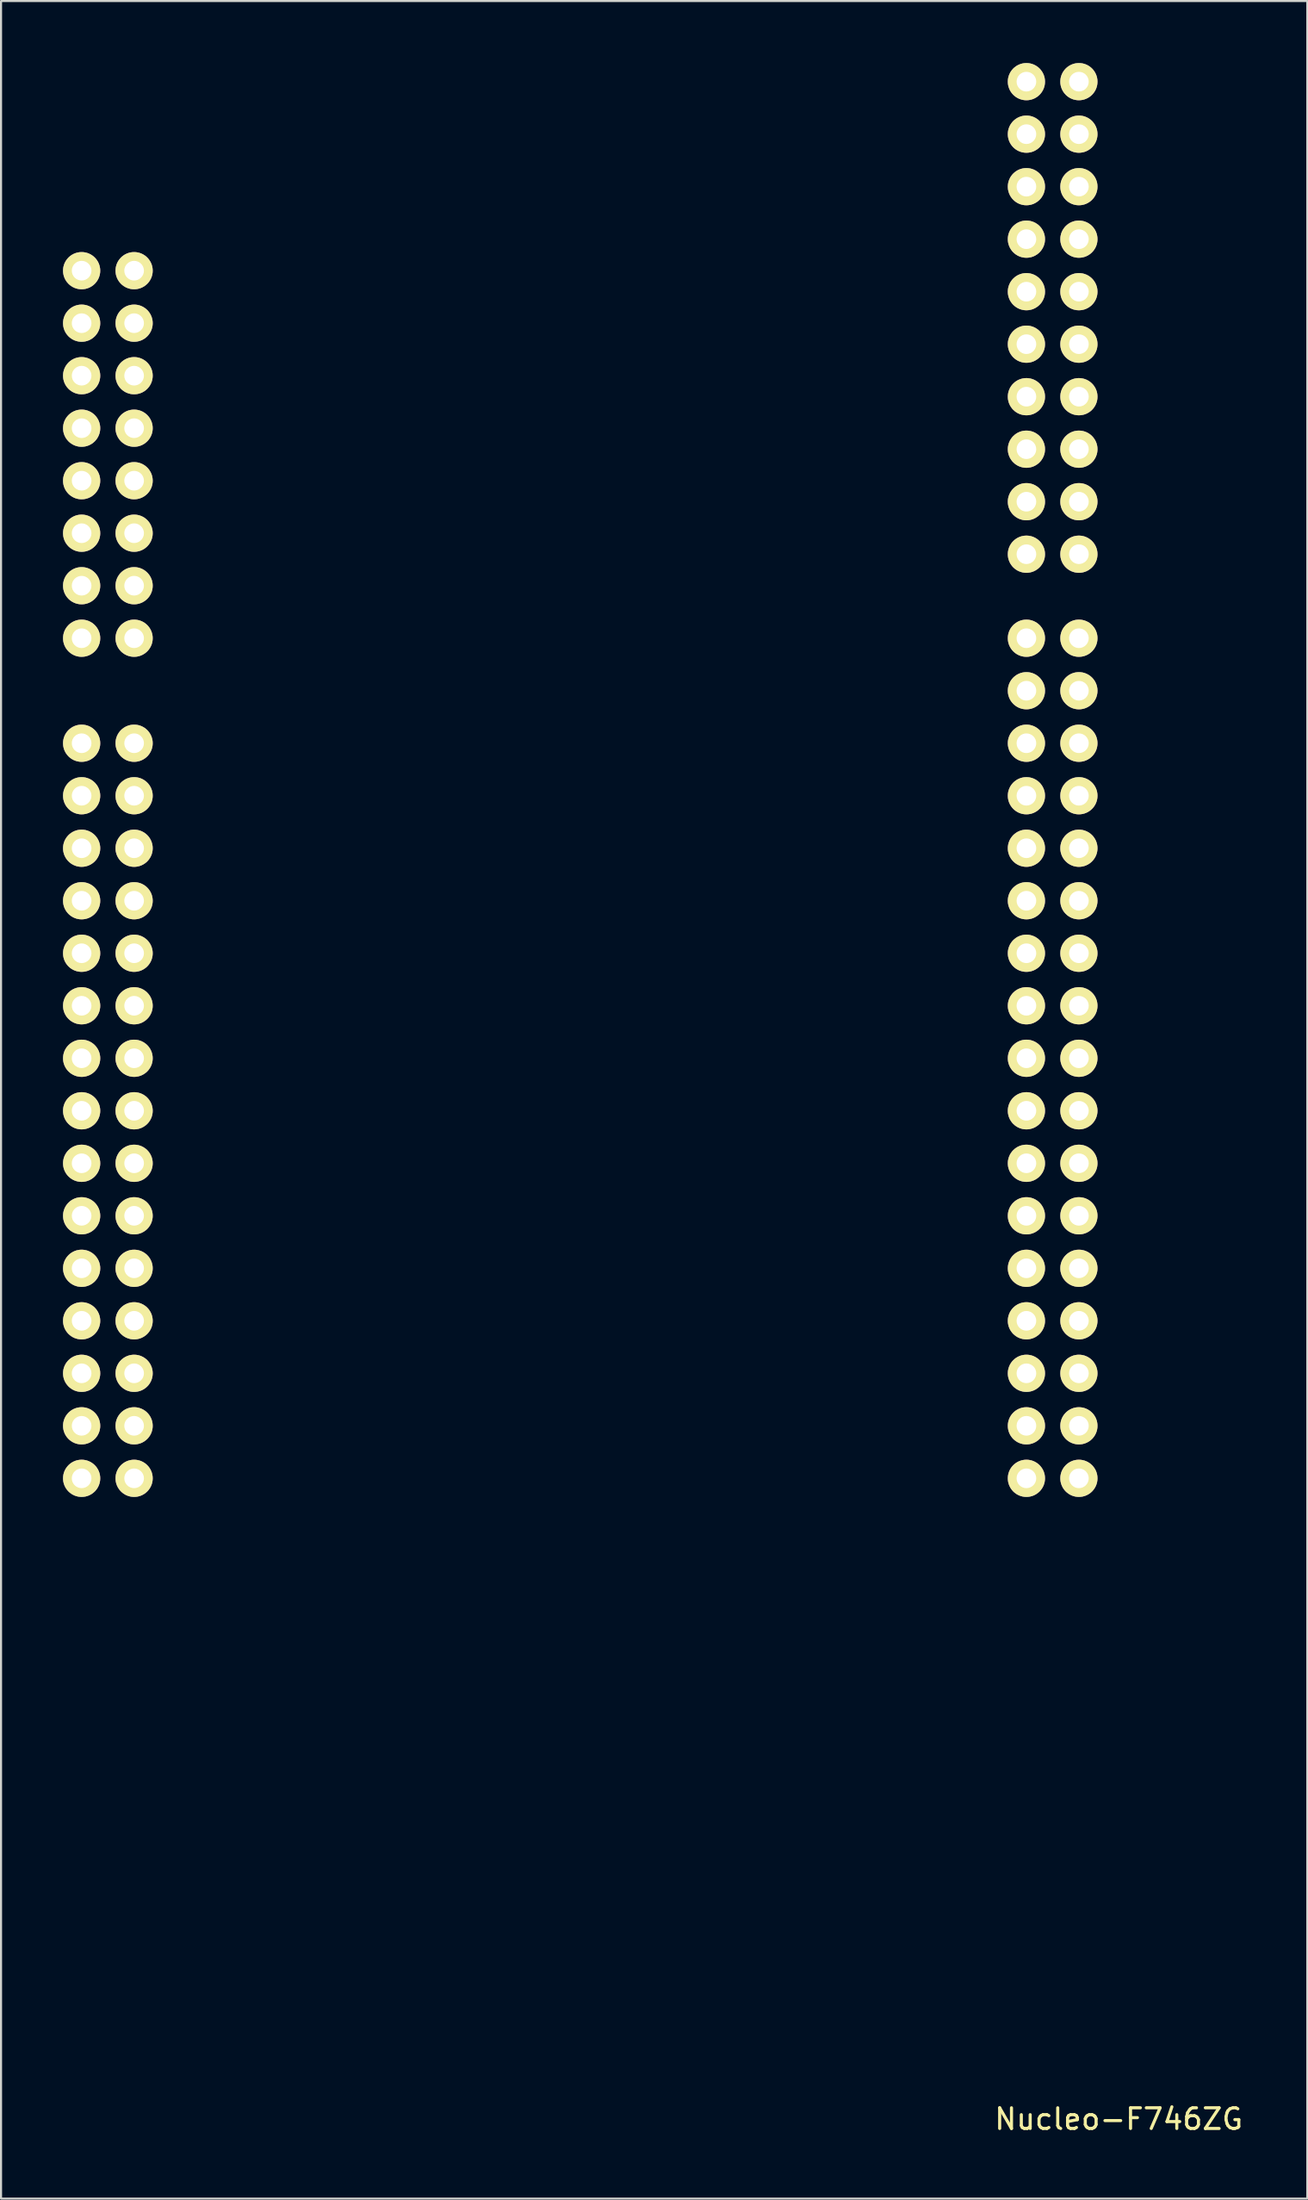
<source format=kicad_pcb>
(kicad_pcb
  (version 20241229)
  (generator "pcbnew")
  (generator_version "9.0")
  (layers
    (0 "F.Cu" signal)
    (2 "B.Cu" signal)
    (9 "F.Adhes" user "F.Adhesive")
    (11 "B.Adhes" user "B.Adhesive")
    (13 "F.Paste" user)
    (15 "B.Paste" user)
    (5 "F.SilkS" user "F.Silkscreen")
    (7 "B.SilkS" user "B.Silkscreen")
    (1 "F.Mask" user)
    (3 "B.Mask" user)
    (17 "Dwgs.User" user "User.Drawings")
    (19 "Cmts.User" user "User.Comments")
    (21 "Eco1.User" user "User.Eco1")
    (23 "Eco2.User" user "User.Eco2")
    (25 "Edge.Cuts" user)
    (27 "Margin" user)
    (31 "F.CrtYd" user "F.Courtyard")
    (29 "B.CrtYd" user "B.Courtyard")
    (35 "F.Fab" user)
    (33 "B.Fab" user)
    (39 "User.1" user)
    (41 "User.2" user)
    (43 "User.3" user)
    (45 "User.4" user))
  (footprint "Nucleo-F746ZG"
    (layer "F.Cu")
    (at 0.9 45.604)
    (property "Reference" "Nucleo-F746ZG" (at 50.188 53.856 0) (layer "F.SilkS") (effects (font (size 1 1) (thickness 0.15))))
    (attr through_hole)
    (pad "A1" thru_hole circle (at 0 -35.56) (size 1.8 1.8) (drill 0.95) (layers "*.Cu" "*.Mask" "F.SilkS"))
    (pad "A2" thru_hole circle (at 2.54 -35.56) (size 1.8 1.8) (drill 0.95) (layers "*.Cu" "*.Mask" "F.SilkS"))
    (pad "A3" thru_hole circle (at 0 -33.02) (size 1.8 1.8) (drill 0.95) (layers "*.Cu" "*.Mask" "F.SilkS"))
    (pad "A4" thru_hole circle (at 2.54 -33.02) (size 1.8 1.8) (drill 0.95) (layers "*.Cu" "*.Mask" "F.SilkS"))
    (pad "A5" thru_hole circle (at 0 -30.48) (size 1.8 1.8) (drill 0.95) (layers "*.Cu" "*.Mask" "F.SilkS"))
    (pad "A6" thru_hole circle (at 2.54 -30.48) (size 1.8 1.8) (drill 0.95) (layers "*.Cu" "*.Mask" "F.SilkS"))
    (pad "A7" thru_hole circle (at 0 -27.94) (size 1.8 1.8) (drill 0.95) (layers "*.Cu" "*.Mask" "F.SilkS"))
    (pad "A8" thru_hole circle (at 2.54 -27.94) (size 1.8 1.8) (drill 0.95) (layers "*.Cu" "*.Mask" "F.SilkS"))
    (pad "A9" thru_hole circle (at 0 -25.4) (size 1.8 1.8) (drill 0.95) (layers "*.Cu" "*.Mask" "F.SilkS"))
    (pad "A10" thru_hole circle (at 2.54 -25.4) (size 1.8 1.8) (drill 0.95) (layers "*.Cu" "*.Mask" "F.SilkS"))
    (pad "A11" thru_hole circle (at 0 -22.86) (size 1.8 1.8) (drill 0.95) (layers "*.Cu" "*.Mask" "F.SilkS"))
    (pad "A12" thru_hole circle (at 2.54 -22.86) (size 1.8 1.8) (drill 0.95) (layers "*.Cu" "*.Mask" "F.SilkS"))
    (pad "A13" thru_hole circle (at 0 -20.32) (size 1.8 1.8) (drill 0.95) (layers "*.Cu" "*.Mask" "F.SilkS"))
    (pad "A14" thru_hole circle (at 2.54 -20.32) (size 1.8 1.8) (drill 0.95) (layers "*.Cu" "*.Mask" "F.SilkS"))
    (pad "A15" thru_hole circle (at 0 -17.78) (size 1.8 1.8) (drill 0.95) (layers "*.Cu" "*.Mask" "F.SilkS"))
    (pad "A16" thru_hole circle (at 2.54 -17.78) (size 1.8 1.8) (drill 0.95) (layers "*.Cu" "*.Mask" "F.SilkS"))
    (pad "B1" thru_hole circle (at 45.72 -44.704) (size 1.8 1.8) (drill 0.95) (layers "*.Cu" "*.Mask" "F.SilkS"))
    (pad "B2" thru_hole circle (at 48.26 -44.704) (size 1.8 1.8) (drill 0.95) (layers "*.Cu" "*.Mask" "F.SilkS"))
    (pad "B3" thru_hole circle (at 45.72 -42.164) (size 1.8 1.8) (drill 0.95) (layers "*.Cu" "*.Mask" "F.SilkS"))
    (pad "B4" thru_hole circle (at 48.26 -42.164) (size 1.8 1.8) (drill 0.95) (layers "*.Cu" "*.Mask" "F.SilkS"))
    (pad "B5" thru_hole circle (at 45.72 -39.624) (size 1.8 1.8) (drill 0.95) (layers "*.Cu" "*.Mask" "F.SilkS"))
    (pad "B6" thru_hole circle (at 48.26 -39.624) (size 1.8 1.8) (drill 0.95) (layers "*.Cu" "*.Mask" "F.SilkS"))
    (pad "B7" thru_hole circle (at 45.72 -37.084) (size 1.8 1.8) (drill 0.95) (layers "*.Cu" "*.Mask" "F.SilkS"))
    (pad "B8" thru_hole circle (at 48.26 -37.084) (size 1.8 1.8) (drill 0.95) (layers "*.Cu" "*.Mask" "F.SilkS"))
    (pad "B9" thru_hole circle (at 45.72 -34.544) (size 1.8 1.8) (drill 0.95) (layers "*.Cu" "*.Mask" "F.SilkS"))
    (pad "B10" thru_hole circle (at 48.26 -34.544) (size 1.8 1.8) (drill 0.95) (layers "*.Cu" "*.Mask" "F.SilkS"))
    (pad "B11" thru_hole circle (at 45.72 -32.004) (size 1.8 1.8) (drill 0.95) (layers "*.Cu" "*.Mask" "F.SilkS"))
    (pad "B12" thru_hole circle (at 48.26 -32.004) (size 1.8 1.8) (drill 0.95) (layers "*.Cu" "*.Mask" "F.SilkS"))
    (pad "B13" thru_hole circle (at 45.72 -29.464) (size 1.8 1.8) (drill 0.95) (layers "*.Cu" "*.Mask" "F.SilkS"))
    (pad "B14" thru_hole circle (at 48.26 -29.464) (size 1.8 1.8) (drill 0.95) (layers "*.Cu" "*.Mask" "F.SilkS"))
    (pad "B15" thru_hole circle (at 45.72 -26.924) (size 1.8 1.8) (drill 0.95) (layers "*.Cu" "*.Mask" "F.SilkS"))
    (pad "B16" thru_hole circle (at 48.26 -26.924) (size 1.8 1.8) (drill 0.95) (layers "*.Cu" "*.Mask" "F.SilkS"))
    (pad "B17" thru_hole circle (at 45.72 -24.384) (size 1.8 1.8) (drill 0.95) (layers "*.Cu" "*.Mask" "F.SilkS"))
    (pad "B18" thru_hole circle (at 48.26 -24.384) (size 1.8 1.8) (drill 0.95) (layers "*.Cu" "*.Mask" "F.SilkS"))
    (pad "B19" thru_hole circle (at 45.72 -21.844) (size 1.8 1.8) (drill 0.95) (layers "*.Cu" "*.Mask" "F.SilkS"))
    (pad "B20" thru_hole circle (at 48.26 -21.844) (size 1.8 1.8) (drill 0.95) (layers "*.Cu" "*.Mask" "F.SilkS"))
    (pad "C1" thru_hole circle (at 0 -12.7) (size 1.8 1.8) (drill 0.95) (layers "*.Cu" "*.Mask" "F.SilkS"))
    (pad "C2" thru_hole circle (at 2.54 -12.7) (size 1.8 1.8) (drill 0.95) (layers "*.Cu" "*.Mask" "F.SilkS"))
    (pad "C3" thru_hole circle (at 0 -10.16) (size 1.8 1.8) (drill 0.95) (layers "*.Cu" "*.Mask" "F.SilkS"))
    (pad "C4" thru_hole circle (at 2.54 -10.16) (size 1.8 1.8) (drill 0.95) (layers "*.Cu" "*.Mask" "F.SilkS"))
    (pad "C5" thru_hole circle (at 0 -7.62) (size 1.8 1.8) (drill 0.95) (layers "*.Cu" "*.Mask" "F.SilkS"))
    (pad "C6" thru_hole circle (at 2.54 -7.62) (size 1.8 1.8) (drill 0.95) (layers "*.Cu" "*.Mask" "F.SilkS"))
    (pad "C7" thru_hole circle (at 0 -5.08) (size 1.8 1.8) (drill 0.95) (layers "*.Cu" "*.Mask" "F.SilkS"))
    (pad "C8" thru_hole circle (at 2.54 -5.08) (size 1.8 1.8) (drill 0.95) (layers "*.Cu" "*.Mask" "F.SilkS"))
    (pad "C9" thru_hole circle (at 0 -2.54) (size 1.8 1.8) (drill 0.95) (layers "*.Cu" "*.Mask" "F.SilkS"))
    (pad "C10" thru_hole circle (at 2.54 -2.54) (size 1.8 1.8) (drill 0.95) (layers "*.Cu" "*.Mask" "F.SilkS"))
    (pad "C11" thru_hole circle (at 0 0) (size 1.8 1.8) (drill 0.95) (layers "*.Cu" "*.Mask" "F.SilkS"))
    (pad "C12" thru_hole circle (at 2.54 0) (size 1.8 1.8) (drill 0.95) (layers "*.Cu" "*.Mask" "F.SilkS"))
    (pad "C13" thru_hole circle (at 0 2.54) (size 1.8 1.8) (drill 0.95) (layers "*.Cu" "*.Mask" "F.SilkS"))
    (pad "C14" thru_hole circle (at 2.54 2.54) (size 1.8 1.8) (drill 0.95) (layers "*.Cu" "*.Mask" "F.SilkS"))
    (pad "C15" thru_hole circle (at 0 5.08) (size 1.8 1.8) (drill 0.95) (layers "*.Cu" "*.Mask" "F.SilkS"))
    (pad "C16" thru_hole circle (at 2.54 5.08) (size 1.8 1.8) (drill 0.95) (layers "*.Cu" "*.Mask" "F.SilkS"))
    (pad "C17" thru_hole circle (at 0 7.62) (size 1.8 1.8) (drill 0.95) (layers "*.Cu" "*.Mask" "F.SilkS"))
    (pad "C18" thru_hole circle (at 2.54 7.62) (size 1.8 1.8) (drill 0.95) (layers "*.Cu" "*.Mask" "F.SilkS"))
    (pad "C19" thru_hole circle (at 0 10.16) (size 1.8 1.8) (drill 0.95) (layers "*.Cu" "*.Mask" "F.SilkS"))
    (pad "C20" thru_hole circle (at 2.54 10.16) (size 1.8 1.8) (drill 0.95) (layers "*.Cu" "*.Mask" "F.SilkS"))
    (pad "C21" thru_hole circle (at 0 12.7) (size 1.8 1.8) (drill 0.95) (layers "*.Cu" "*.Mask" "F.SilkS"))
    (pad "C22" thru_hole circle (at 2.54 12.7) (size 1.8 1.8) (drill 0.95) (layers "*.Cu" "*.Mask" "F.SilkS"))
    (pad "C23" thru_hole circle (at 0 15.24) (size 1.8 1.8) (drill 0.95) (layers "*.Cu" "*.Mask" "F.SilkS"))
    (pad "C24" thru_hole circle (at 2.54 15.24) (size 1.8 1.8) (drill 0.95) (layers "*.Cu" "*.Mask" "F.SilkS"))
    (pad "C25" thru_hole circle (at 0 17.78) (size 1.8 1.8) (drill 0.95) (layers "*.Cu" "*.Mask" "F.SilkS"))
    (pad "C26" thru_hole circle (at 2.54 17.78) (size 1.8 1.8) (drill 0.95) (layers "*.Cu" "*.Mask" "F.SilkS"))
    (pad "C27" thru_hole circle (at 0 20.32) (size 1.8 1.8) (drill 0.95) (layers "*.Cu" "*.Mask" "F.SilkS"))
    (pad "C28" thru_hole circle (at 2.54 20.32) (size 1.8 1.8) (drill 0.95) (layers "*.Cu" "*.Mask" "F.SilkS"))
    (pad "C29" thru_hole circle (at 0 22.86) (size 1.8 1.8) (drill 0.95) (layers "*.Cu" "*.Mask" "F.SilkS"))
    (pad "C30" thru_hole circle (at 2.54 22.86) (size 1.8 1.8) (drill 0.95) (layers "*.Cu" "*.Mask" "F.SilkS"))
    (pad "D1" thru_hole circle (at 45.72 -17.78) (size 1.8 1.8) (drill 0.95) (layers "*.Cu" "*.Mask" "F.SilkS"))
    (pad "D2" thru_hole circle (at 48.26 -17.78) (size 1.8 1.8) (drill 0.95) (layers "*.Cu" "*.Mask" "F.SilkS"))
    (pad "D3" thru_hole circle (at 45.72 -15.24) (size 1.8 1.8) (drill 0.95) (layers "*.Cu" "*.Mask" "F.SilkS"))
    (pad "D4" thru_hole circle (at 48.26 -15.24) (size 1.8 1.8) (drill 0.95) (layers "*.Cu" "*.Mask" "F.SilkS"))
    (pad "D5" thru_hole circle (at 45.72 -12.7) (size 1.8 1.8) (drill 0.95) (layers "*.Cu" "*.Mask" "F.SilkS"))
    (pad "D6" thru_hole circle (at 48.26 -12.7) (size 1.8 1.8) (drill 0.95) (layers "*.Cu" "*.Mask" "F.SilkS"))
    (pad "D7" thru_hole circle (at 45.72 -10.16) (size 1.8 1.8) (drill 0.95) (layers "*.Cu" "*.Mask" "F.SilkS"))
    (pad "D8" thru_hole circle (at 48.26 -10.16) (size 1.8 1.8) (drill 0.95) (layers "*.Cu" "*.Mask" "F.SilkS"))
    (pad "D9" thru_hole circle (at 45.72 -7.62) (size 1.8 1.8) (drill 0.95) (layers "*.Cu" "*.Mask" "F.SilkS"))
    (pad "D10" thru_hole circle (at 48.26 -7.62) (size 1.8 1.8) (drill 0.95) (layers "*.Cu" "*.Mask" "F.SilkS"))
    (pad "D11" thru_hole circle (at 45.72 -5.08) (size 1.8 1.8) (drill 0.95) (layers "*.Cu" "*.Mask" "F.SilkS"))
    (pad "D12" thru_hole circle (at 48.26 -5.08) (size 1.8 1.8) (drill 0.95) (layers "*.Cu" "*.Mask" "F.SilkS"))
    (pad "D13" thru_hole circle (at 45.72 -2.54) (size 1.8 1.8) (drill 0.95) (layers "*.Cu" "*.Mask" "F.SilkS"))
    (pad "D14" thru_hole circle (at 48.26 -2.54) (size 1.8 1.8) (drill 0.95) (layers "*.Cu" "*.Mask" "F.SilkS"))
    (pad "D15" thru_hole circle (at 45.72 0) (size 1.8 1.8) (drill 0.95) (layers "*.Cu" "*.Mask" "F.SilkS"))
    (pad "D16" thru_hole circle (at 48.26 0) (size 1.8 1.8) (drill 0.95) (layers "*.Cu" "*.Mask" "F.SilkS"))
    (pad "D17" thru_hole circle (at 45.72 2.54) (size 1.8 1.8) (drill 0.95) (layers "*.Cu" "*.Mask" "F.SilkS"))
    (pad "D18" thru_hole circle (at 48.26 2.54) (size 1.8 1.8) (drill 0.95) (layers "*.Cu" "*.Mask" "F.SilkS"))
    (pad "D19" thru_hole circle (at 45.72 5.08) (size 1.8 1.8) (drill 0.95) (layers "*.Cu" "*.Mask" "F.SilkS"))
    (pad "D20" thru_hole circle (at 48.26 5.08) (size 1.8 1.8) (drill 0.95) (layers "*.Cu" "*.Mask" "F.SilkS"))
    (pad "D21" thru_hole circle (at 45.72 7.62) (size 1.8 1.8) (drill 0.95) (layers "*.Cu" "*.Mask" "F.SilkS"))
    (pad "D22" thru_hole circle (at 48.26 7.62) (size 1.8 1.8) (drill 0.95) (layers "*.Cu" "*.Mask" "F.SilkS"))
    (pad "D23" thru_hole circle (at 45.72 10.16) (size 1.8 1.8) (drill 0.95) (layers "*.Cu" "*.Mask" "F.SilkS"))
    (pad "D24" thru_hole circle (at 48.26 10.16) (size 1.8 1.8) (drill 0.95) (layers "*.Cu" "*.Mask" "F.SilkS"))
    (pad "D25" thru_hole circle (at 45.72 12.7) (size 1.8 1.8) (drill 0.95) (layers "*.Cu" "*.Mask" "F.SilkS"))
    (pad "D26" thru_hole circle (at 48.26 12.7) (size 1.8 1.8) (drill 0.95) (layers "*.Cu" "*.Mask" "F.SilkS"))
    (pad "D27" thru_hole circle (at 45.72 15.24) (size 1.8 1.8) (drill 0.95) (layers "*.Cu" "*.Mask" "F.SilkS"))
    (pad "D28" thru_hole circle (at 48.26 15.24) (size 1.8 1.8) (drill 0.95) (layers "*.Cu" "*.Mask" "F.SilkS"))
    (pad "D29" thru_hole circle (at 45.72 17.78) (size 1.8 1.8) (drill 0.95) (layers "*.Cu" "*.Mask" "F.SilkS"))
    (pad "D30" thru_hole circle (at 48.26 17.78) (size 1.8 1.8) (drill 0.95) (layers "*.Cu" "*.Mask" "F.SilkS"))
    (pad "D31" thru_hole circle (at 45.72 20.32) (size 1.8 1.8) (drill 0.95) (layers "*.Cu" "*.Mask" "F.SilkS"))
    (pad "D32" thru_hole circle (at 48.26 20.32) (size 1.8 1.8) (drill 0.95) (layers "*.Cu" "*.Mask" "F.SilkS"))
    (pad "D33" thru_hole circle (at 45.72 22.86) (size 1.8 1.8) (drill 0.95) (layers "*.Cu" "*.Mask" "F.SilkS"))
    (pad "D34" thru_hole circle (at 48.26 22.86) (size 1.8 1.8) (drill 0.95) (layers "*.Cu" "*.Mask" "F.SilkS")))
  (gr_rect
    (start -3 -3)
    (end 60.213 103.308)
    (stroke (width 0.1) (type default))
    (fill no)
    (layer "Edge.Cuts")))
</source>
